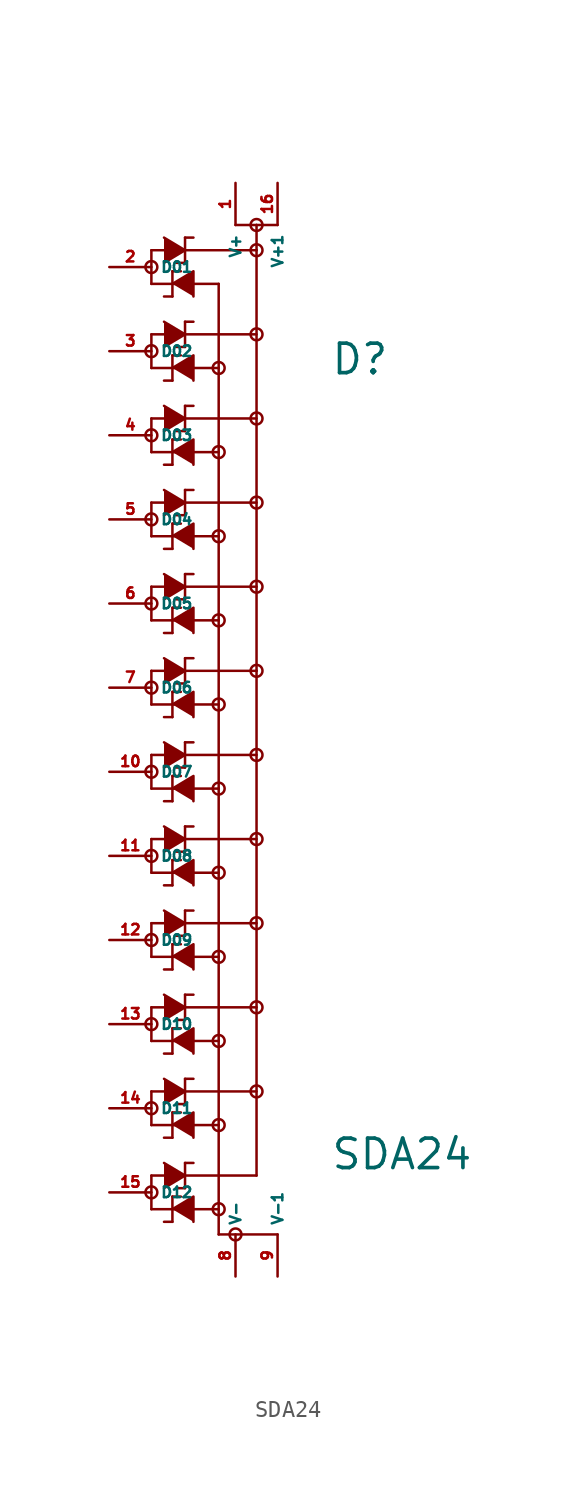
<source format=kicad_sym>
(kicad_symbol_lib
  (version 20220914)
  (generator Eagle2Kicad)
  (symbol "SDA24"
    (property "Reference" "D"
      (at 8.255 21.336 0)
      (effects (font (size 1.778 1.778) (thickness 0.22)) (justify left bottom)))
    (property "Value" "SDA24"
      (at 8.255 -26.67 0)
      (effects (font (size 1.778 1.778) (thickness 0.22)) (justify left bottom)))
    (polyline
      (pts (xy -1.778 29.718) (xy -0.508 28.956) (xy -1.778 28.194))
      (stroke (width 0.152) (type default))
      (fill (type outline)))
    (polyline
      (pts (xy -1.27 26.924) (xy 0 27.686) (xy 0 26.162))
      (stroke (width 0.152) (type default))
      (fill (type outline)))
    (polyline
      (pts (xy -1.778 24.638) (xy -0.508 23.876) (xy -1.778 23.114))
      (stroke (width 0.152) (type default))
      (fill (type outline)))
    (polyline
      (pts (xy -1.27 21.844) (xy 0 22.606) (xy 0 21.082))
      (stroke (width 0.152) (type default))
      (fill (type outline)))
    (polyline
      (pts (xy -1.778 19.558) (xy -0.508 18.796) (xy -1.778 18.034))
      (stroke (width 0.152) (type default))
      (fill (type outline)))
    (polyline
      (pts (xy -1.27 16.764) (xy 0 17.526) (xy 0 16.002))
      (stroke (width 0.152) (type default))
      (fill (type outline)))
    (polyline
      (pts (xy -1.778 14.478) (xy -0.508 13.716) (xy -1.778 12.954))
      (stroke (width 0.152) (type default))
      (fill (type outline)))
    (polyline
      (pts (xy -1.27 11.684) (xy 0 12.446) (xy 0 10.922))
      (stroke (width 0.152) (type default))
      (fill (type outline)))
    (polyline
      (pts (xy -1.778 9.398) (xy -0.508 8.636) (xy -1.778 7.874))
      (stroke (width 0.152) (type default))
      (fill (type outline)))
    (polyline
      (pts (xy -1.27 6.604) (xy 0 7.366) (xy 0 5.842))
      (stroke (width 0.152) (type default))
      (fill (type outline)))
    (polyline
      (pts (xy -1.778 4.318) (xy -0.508 3.556) (xy -1.778 2.794))
      (stroke (width 0.152) (type default))
      (fill (type outline)))
    (polyline
      (pts (xy -1.27 1.524) (xy 0 2.286) (xy 0 0.762))
      (stroke (width 0.152) (type default))
      (fill (type outline)))
    (polyline
      (pts (xy -1.778 -0.762) (xy -0.508 -1.524) (xy -1.778 -2.286))
      (stroke (width 0.152) (type default))
      (fill (type outline)))
    (polyline
      (pts (xy -1.27 -3.556) (xy 0 -2.794) (xy 0 -4.318))
      (stroke (width 0.152) (type default))
      (fill (type outline)))
    (polyline
      (pts (xy -1.778 -5.842) (xy -0.508 -6.604) (xy -1.778 -7.366))
      (stroke (width 0.152) (type default))
      (fill (type outline)))
    (polyline
      (pts (xy -1.27 -8.636) (xy 0 -7.874) (xy 0 -9.398))
      (stroke (width 0.152) (type default))
      (fill (type outline)))
    (polyline
      (pts (xy -1.778 -10.922) (xy -0.508 -11.684) (xy -1.778 -12.446))
      (stroke (width 0.152) (type default))
      (fill (type outline)))
    (polyline
      (pts (xy -1.27 -13.716) (xy 0 -12.954) (xy 0 -14.478))
      (stroke (width 0.152) (type default))
      (fill (type outline)))
    (polyline
      (pts (xy -1.778 -16.002) (xy -0.508 -16.764) (xy -1.778 -17.526))
      (stroke (width 0.152) (type default))
      (fill (type outline)))
    (polyline
      (pts (xy -1.27 -18.796) (xy 0 -18.034) (xy 0 -19.558))
      (stroke (width 0.152) (type default))
      (fill (type outline)))
    (polyline
      (pts (xy -1.778 -21.082) (xy -0.508 -21.844) (xy -1.778 -22.606))
      (stroke (width 0.152) (type default))
      (fill (type outline)))
    (polyline
      (pts (xy -1.27 -23.876) (xy 0 -23.114) (xy 0 -24.638))
      (stroke (width 0.152) (type default))
      (fill (type outline)))
    (polyline
      (pts (xy -1.778 -26.162) (xy -0.508 -26.924) (xy -1.778 -27.686))
      (stroke (width 0.152) (type default))
      (fill (type outline)))
    (polyline
      (pts (xy -1.27 -28.956) (xy 0 -28.194) (xy 0 -29.718))
      (stroke (width 0.152) (type default))
      (fill (type outline)))
    (polyline
      (pts (xy -0.508 29.718) (xy -0.508 28.194))
      (stroke (width 0.152) (type default))
      (fill (type none)))
    (polyline
      (pts (xy -2.54 26.924) (xy -2.54 28.956))
      (stroke (width 0.152) (type default))
      (fill (type none)))
    (polyline
      (pts (xy -2.54 28.956) (xy 3.81 28.956))
      (stroke (width 0.152) (type default))
      (fill (type none)))
    (polyline
      (pts (xy -0.508 29.718) (xy 0 29.718))
      (stroke (width 0.152) (type default))
      (fill (type none)))
    (polyline
      (pts (xy -0.508 28.194) (xy -1.016 28.194))
      (stroke (width 0.152) (type default))
      (fill (type none)))
    (polyline
      (pts (xy -1.27 26.162) (xy -1.27 27.686))
      (stroke (width 0.152) (type default))
      (fill (type none)))
    (polyline
      (pts (xy 1.524 26.924) (xy -2.54 26.924))
      (stroke (width 0.152) (type default))
      (fill (type none)))
    (polyline
      (pts (xy -1.27 26.162) (xy -1.778 26.162))
      (stroke (width 0.152) (type default))
      (fill (type none)))
    (polyline
      (pts (xy -1.27 27.686) (xy -0.762 27.686))
      (stroke (width 0.152) (type default))
      (fill (type none)))
    (polyline
      (pts (xy -0.508 24.638) (xy -0.508 23.114))
      (stroke (width 0.152) (type default))
      (fill (type none)))
    (polyline
      (pts (xy -2.54 21.844) (xy -2.54 23.876))
      (stroke (width 0.152) (type default))
      (fill (type none)))
    (polyline
      (pts (xy -2.54 23.876) (xy 3.81 23.876))
      (stroke (width 0.152) (type default))
      (fill (type none)))
    (polyline
      (pts (xy -0.508 24.638) (xy 0 24.638))
      (stroke (width 0.152) (type default))
      (fill (type none)))
    (polyline
      (pts (xy -0.508 23.114) (xy -1.016 23.114))
      (stroke (width 0.152) (type default))
      (fill (type none)))
    (polyline
      (pts (xy -1.27 21.082) (xy -1.27 22.606))
      (stroke (width 0.152) (type default))
      (fill (type none)))
    (polyline
      (pts (xy 1.524 21.844) (xy -2.54 21.844))
      (stroke (width 0.152) (type default))
      (fill (type none)))
    (polyline
      (pts (xy -1.27 21.082) (xy -1.778 21.082))
      (stroke (width 0.152) (type default))
      (fill (type none)))
    (polyline
      (pts (xy -1.27 22.606) (xy -0.762 22.606))
      (stroke (width 0.152) (type default))
      (fill (type none)))
    (polyline
      (pts (xy -0.508 19.558) (xy -0.508 18.034))
      (stroke (width 0.152) (type default))
      (fill (type none)))
    (polyline
      (pts (xy -2.54 16.764) (xy -2.54 18.796))
      (stroke (width 0.152) (type default))
      (fill (type none)))
    (polyline
      (pts (xy -2.54 18.796) (xy 3.81 18.796))
      (stroke (width 0.152) (type default))
      (fill (type none)))
    (polyline
      (pts (xy -0.508 19.558) (xy 0 19.558))
      (stroke (width 0.152) (type default))
      (fill (type none)))
    (polyline
      (pts (xy -0.508 18.034) (xy -1.016 18.034))
      (stroke (width 0.152) (type default))
      (fill (type none)))
    (polyline
      (pts (xy -1.27 16.002) (xy -1.27 17.526))
      (stroke (width 0.152) (type default))
      (fill (type none)))
    (polyline
      (pts (xy 1.524 16.764) (xy -2.54 16.764))
      (stroke (width 0.152) (type default))
      (fill (type none)))
    (polyline
      (pts (xy -1.27 16.002) (xy -1.778 16.002))
      (stroke (width 0.152) (type default))
      (fill (type none)))
    (polyline
      (pts (xy -1.27 17.526) (xy -0.762 17.526))
      (stroke (width 0.152) (type default))
      (fill (type none)))
    (polyline
      (pts (xy -0.508 14.478) (xy -0.508 12.954))
      (stroke (width 0.152) (type default))
      (fill (type none)))
    (polyline
      (pts (xy -2.54 11.684) (xy -2.54 13.716))
      (stroke (width 0.152) (type default))
      (fill (type none)))
    (polyline
      (pts (xy -2.54 13.716) (xy 3.81 13.716))
      (stroke (width 0.152) (type default))
      (fill (type none)))
    (polyline
      (pts (xy -0.508 14.478) (xy 0 14.478))
      (stroke (width 0.152) (type default))
      (fill (type none)))
    (polyline
      (pts (xy -0.508 12.954) (xy -1.016 12.954))
      (stroke (width 0.152) (type default))
      (fill (type none)))
    (polyline
      (pts (xy -1.27 10.922) (xy -1.27 12.446))
      (stroke (width 0.152) (type default))
      (fill (type none)))
    (polyline
      (pts (xy 1.524 11.684) (xy -2.54 11.684))
      (stroke (width 0.152) (type default))
      (fill (type none)))
    (polyline
      (pts (xy -1.27 10.922) (xy -1.778 10.922))
      (stroke (width 0.152) (type default))
      (fill (type none)))
    (polyline
      (pts (xy -1.27 12.446) (xy -0.762 12.446))
      (stroke (width 0.152) (type default))
      (fill (type none)))
    (polyline
      (pts (xy -0.508 9.398) (xy -0.508 7.874))
      (stroke (width 0.152) (type default))
      (fill (type none)))
    (polyline
      (pts (xy -2.54 6.604) (xy -2.54 8.636))
      (stroke (width 0.152) (type default))
      (fill (type none)))
    (polyline
      (pts (xy -2.54 8.636) (xy 3.81 8.636))
      (stroke (width 0.152) (type default))
      (fill (type none)))
    (polyline
      (pts (xy -0.508 9.398) (xy 0 9.398))
      (stroke (width 0.152) (type default))
      (fill (type none)))
    (polyline
      (pts (xy -0.508 7.874) (xy -1.016 7.874))
      (stroke (width 0.152) (type default))
      (fill (type none)))
    (polyline
      (pts (xy -1.27 5.842) (xy -1.27 7.366))
      (stroke (width 0.152) (type default))
      (fill (type none)))
    (polyline
      (pts (xy 1.524 6.604) (xy -2.54 6.604))
      (stroke (width 0.152) (type default))
      (fill (type none)))
    (polyline
      (pts (xy -1.27 5.842) (xy -1.778 5.842))
      (stroke (width 0.152) (type default))
      (fill (type none)))
    (polyline
      (pts (xy -1.27 7.366) (xy -0.762 7.366))
      (stroke (width 0.152) (type default))
      (fill (type none)))
    (polyline
      (pts (xy -0.508 4.318) (xy -0.508 2.794))
      (stroke (width 0.152) (type default))
      (fill (type none)))
    (polyline
      (pts (xy -2.54 1.524) (xy -2.54 3.556))
      (stroke (width 0.152) (type default))
      (fill (type none)))
    (polyline
      (pts (xy -2.54 3.556) (xy 3.81 3.556))
      (stroke (width 0.152) (type default))
      (fill (type none)))
    (polyline
      (pts (xy -0.508 4.318) (xy 0 4.318))
      (stroke (width 0.152) (type default))
      (fill (type none)))
    (polyline
      (pts (xy -0.508 2.794) (xy -1.016 2.794))
      (stroke (width 0.152) (type default))
      (fill (type none)))
    (polyline
      (pts (xy -1.27 0.762) (xy -1.27 2.286))
      (stroke (width 0.152) (type default))
      (fill (type none)))
    (polyline
      (pts (xy 1.524 1.524) (xy -2.54 1.524))
      (stroke (width 0.152) (type default))
      (fill (type none)))
    (polyline
      (pts (xy -1.27 0.762) (xy -1.778 0.762))
      (stroke (width 0.152) (type default))
      (fill (type none)))
    (polyline
      (pts (xy -1.27 2.286) (xy -0.762 2.286))
      (stroke (width 0.152) (type default))
      (fill (type none)))
    (polyline
      (pts (xy 2.54 30.48) (xy 3.81 30.48))
      (stroke (width 0.152) (type default))
      (fill (type none)))
    (polyline
      (pts (xy 3.81 30.48) (xy 3.81 28.956))
      (stroke (width 0.152) (type default))
      (fill (type none)))
    (polyline
      (pts (xy 3.81 28.956) (xy 3.81 3.556))
      (stroke (width 0.152) (type default))
      (fill (type none)))
    (polyline
      (pts (xy 1.524 -3.556) (xy 1.524 26.924))
      (stroke (width 0.152) (type default))
      (fill (type none)))
    (polyline
      (pts (xy -0.508 -0.762) (xy -0.508 -2.286))
      (stroke (width 0.152) (type default))
      (fill (type none)))
    (polyline
      (pts (xy -2.54 -3.556) (xy -2.54 -1.524))
      (stroke (width 0.152) (type default))
      (fill (type none)))
    (polyline
      (pts (xy -2.54 -1.524) (xy 3.81 -1.524))
      (stroke (width 0.152) (type default))
      (fill (type none)))
    (polyline
      (pts (xy -0.508 -0.762) (xy 0 -0.762))
      (stroke (width 0.152) (type default))
      (fill (type none)))
    (polyline
      (pts (xy -0.508 -2.286) (xy -1.016 -2.286))
      (stroke (width 0.152) (type default))
      (fill (type none)))
    (polyline
      (pts (xy -1.27 -4.318) (xy -1.27 -2.794))
      (stroke (width 0.152) (type default))
      (fill (type none)))
    (polyline
      (pts (xy 1.524 -3.556) (xy -2.54 -3.556))
      (stroke (width 0.152) (type default))
      (fill (type none)))
    (polyline
      (pts (xy -1.27 -4.318) (xy -1.778 -4.318))
      (stroke (width 0.152) (type default))
      (fill (type none)))
    (polyline
      (pts (xy -1.27 -2.794) (xy -0.762 -2.794))
      (stroke (width 0.152) (type default))
      (fill (type none)))
    (polyline
      (pts (xy -0.508 -5.842) (xy -0.508 -7.366))
      (stroke (width 0.152) (type default))
      (fill (type none)))
    (polyline
      (pts (xy -2.54 -8.636) (xy -2.54 -6.604))
      (stroke (width 0.152) (type default))
      (fill (type none)))
    (polyline
      (pts (xy -2.54 -6.604) (xy 3.81 -6.604))
      (stroke (width 0.152) (type default))
      (fill (type none)))
    (polyline
      (pts (xy -0.508 -5.842) (xy 0 -5.842))
      (stroke (width 0.152) (type default))
      (fill (type none)))
    (polyline
      (pts (xy -0.508 -7.366) (xy -1.016 -7.366))
      (stroke (width 0.152) (type default))
      (fill (type none)))
    (polyline
      (pts (xy -1.27 -9.398) (xy -1.27 -7.874))
      (stroke (width 0.152) (type default))
      (fill (type none)))
    (polyline
      (pts (xy 1.524 -8.636) (xy -2.54 -8.636))
      (stroke (width 0.152) (type default))
      (fill (type none)))
    (polyline
      (pts (xy -1.27 -9.398) (xy -1.778 -9.398))
      (stroke (width 0.152) (type default))
      (fill (type none)))
    (polyline
      (pts (xy -1.27 -7.874) (xy -0.762 -7.874))
      (stroke (width 0.152) (type default))
      (fill (type none)))
    (polyline
      (pts (xy -0.508 -10.922) (xy -0.508 -12.446))
      (stroke (width 0.152) (type default))
      (fill (type none)))
    (polyline
      (pts (xy -2.54 -13.716) (xy -2.54 -11.684))
      (stroke (width 0.152) (type default))
      (fill (type none)))
    (polyline
      (pts (xy -2.54 -11.684) (xy 3.81 -11.684))
      (stroke (width 0.152) (type default))
      (fill (type none)))
    (polyline
      (pts (xy -0.508 -10.922) (xy 0 -10.922))
      (stroke (width 0.152) (type default))
      (fill (type none)))
    (polyline
      (pts (xy -0.508 -12.446) (xy -1.016 -12.446))
      (stroke (width 0.152) (type default))
      (fill (type none)))
    (polyline
      (pts (xy -1.27 -14.478) (xy -1.27 -12.954))
      (stroke (width 0.152) (type default))
      (fill (type none)))
    (polyline
      (pts (xy 1.524 -13.716) (xy -2.54 -13.716))
      (stroke (width 0.152) (type default))
      (fill (type none)))
    (polyline
      (pts (xy -1.27 -14.478) (xy -1.778 -14.478))
      (stroke (width 0.152) (type default))
      (fill (type none)))
    (polyline
      (pts (xy -1.27 -12.954) (xy -0.762 -12.954))
      (stroke (width 0.152) (type default))
      (fill (type none)))
    (polyline
      (pts (xy -0.508 -16.002) (xy -0.508 -17.526))
      (stroke (width 0.152) (type default))
      (fill (type none)))
    (polyline
      (pts (xy -2.54 -18.796) (xy -2.54 -16.764))
      (stroke (width 0.152) (type default))
      (fill (type none)))
    (polyline
      (pts (xy -2.54 -16.764) (xy 3.81 -16.764))
      (stroke (width 0.152) (type default))
      (fill (type none)))
    (polyline
      (pts (xy -0.508 -16.002) (xy 0 -16.002))
      (stroke (width 0.152) (type default))
      (fill (type none)))
    (polyline
      (pts (xy -0.508 -17.526) (xy -1.016 -17.526))
      (stroke (width 0.152) (type default))
      (fill (type none)))
    (polyline
      (pts (xy -1.27 -19.558) (xy -1.27 -18.034))
      (stroke (width 0.152) (type default))
      (fill (type none)))
    (polyline
      (pts (xy 1.524 -18.796) (xy -2.54 -18.796))
      (stroke (width 0.152) (type default))
      (fill (type none)))
    (polyline
      (pts (xy -1.27 -19.558) (xy -1.778 -19.558))
      (stroke (width 0.152) (type default))
      (fill (type none)))
    (polyline
      (pts (xy -1.27 -18.034) (xy -0.762 -18.034))
      (stroke (width 0.152) (type default))
      (fill (type none)))
    (polyline
      (pts (xy -0.508 -21.082) (xy -0.508 -22.606))
      (stroke (width 0.152) (type default))
      (fill (type none)))
    (polyline
      (pts (xy -2.54 -23.876) (xy -2.54 -21.844))
      (stroke (width 0.152) (type default))
      (fill (type none)))
    (polyline
      (pts (xy -2.54 -21.844) (xy 3.81 -21.844))
      (stroke (width 0.152) (type default))
      (fill (type none)))
    (polyline
      (pts (xy -0.508 -21.082) (xy 0 -21.082))
      (stroke (width 0.152) (type default))
      (fill (type none)))
    (polyline
      (pts (xy -0.508 -22.606) (xy -1.016 -22.606))
      (stroke (width 0.152) (type default))
      (fill (type none)))
    (polyline
      (pts (xy -1.27 -24.638) (xy -1.27 -23.114))
      (stroke (width 0.152) (type default))
      (fill (type none)))
    (polyline
      (pts (xy 1.524 -23.876) (xy -2.54 -23.876))
      (stroke (width 0.152) (type default))
      (fill (type none)))
    (polyline
      (pts (xy -1.27 -24.638) (xy -1.778 -24.638))
      (stroke (width 0.152) (type default))
      (fill (type none)))
    (polyline
      (pts (xy -1.27 -23.114) (xy -0.762 -23.114))
      (stroke (width 0.152) (type default))
      (fill (type none)))
    (polyline
      (pts (xy -0.508 -26.162) (xy -0.508 -27.686))
      (stroke (width 0.152) (type default))
      (fill (type none)))
    (polyline
      (pts (xy -2.54 -28.956) (xy -2.54 -26.924))
      (stroke (width 0.152) (type default))
      (fill (type none)))
    (polyline
      (pts (xy -2.54 -26.924) (xy 3.81 -26.924))
      (stroke (width 0.152) (type default))
      (fill (type none)))
    (polyline
      (pts (xy -0.508 -26.162) (xy 0 -26.162))
      (stroke (width 0.152) (type default))
      (fill (type none)))
    (polyline
      (pts (xy -0.508 -27.686) (xy -1.016 -27.686))
      (stroke (width 0.152) (type default))
      (fill (type none)))
    (polyline
      (pts (xy -1.27 -29.718) (xy -1.27 -28.194))
      (stroke (width 0.152) (type default))
      (fill (type none)))
    (polyline
      (pts (xy 1.524 -28.956) (xy -2.54 -28.956))
      (stroke (width 0.152) (type default))
      (fill (type none)))
    (polyline
      (pts (xy -1.27 -29.718) (xy -1.778 -29.718))
      (stroke (width 0.152) (type default))
      (fill (type none)))
    (polyline
      (pts (xy -1.27 -28.194) (xy -0.762 -28.194))
      (stroke (width 0.152) (type default))
      (fill (type none)))
    (polyline
      (pts (xy 3.81 3.556) (xy 3.81 -26.924))
      (stroke (width 0.152) (type default))
      (fill (type none)))
    (polyline
      (pts (xy 1.524 -30.48) (xy 1.524 -3.556))
      (stroke (width 0.152) (type default))
      (fill (type none)))
    (polyline
      (pts (xy 3.81 30.48) (xy 5.08 30.48))
      (stroke (width 0.152) (type default))
      (fill (type none)))
    (polyline
      (pts (xy 1.524 -30.48) (xy 5.08 -30.48))
      (stroke (width 0.152) (type default))
      (fill (type none)))
    (circle
      (center -2.54 27.94)
      (radius 0.359)
      (stroke (width 0) (type default))
      (fill (type none)))
    (circle
      (center -2.54 22.86)
      (radius 0.359)
      (stroke (width 0) (type default))
      (fill (type none)))
    (circle
      (center -2.54 17.78)
      (radius 0.359)
      (stroke (width 0) (type default))
      (fill (type none)))
    (circle
      (center -2.54 12.7)
      (radius 0.359)
      (stroke (width 0) (type default))
      (fill (type none)))
    (circle
      (center -2.54 7.62)
      (radius 0.359)
      (stroke (width 0) (type default))
      (fill (type none)))
    (circle
      (center -2.54 2.54)
      (radius 0.359)
      (stroke (width 0) (type default))
      (fill (type none)))
    (circle
      (center 3.81 28.956)
      (radius 0.359)
      (stroke (width 0) (type default))
      (fill (type none)))
    (circle
      (center 3.81 23.876)
      (radius 0.359)
      (stroke (width 0) (type default))
      (fill (type none)))
    (circle
      (center 1.524 21.844)
      (radius 0.359)
      (stroke (width 0) (type default))
      (fill (type none)))
    (circle
      (center 3.81 18.796)
      (radius 0.359)
      (stroke (width 0) (type default))
      (fill (type none)))
    (circle
      (center 1.524 16.764)
      (radius 0.359)
      (stroke (width 0) (type default))
      (fill (type none)))
    (circle
      (center 3.81 13.716)
      (radius 0.359)
      (stroke (width 0) (type default))
      (fill (type none)))
    (circle
      (center 1.524 11.684)
      (radius 0.359)
      (stroke (width 0) (type default))
      (fill (type none)))
    (circle
      (center 3.81 8.636)
      (radius 0.359)
      (stroke (width 0) (type default))
      (fill (type none)))
    (circle
      (center 1.524 6.604)
      (radius 0.359)
      (stroke (width 0) (type default))
      (fill (type none)))
    (circle
      (center 1.524 1.524)
      (radius 0.359)
      (stroke (width 0) (type default))
      (fill (type none)))
    (circle
      (center -2.54 -2.54)
      (radius 0.359)
      (stroke (width 0) (type default))
      (fill (type none)))
    (circle
      (center -2.54 -7.62)
      (radius 0.359)
      (stroke (width 0) (type default))
      (fill (type none)))
    (circle
      (center -2.54 -12.7)
      (radius 0.359)
      (stroke (width 0) (type default))
      (fill (type none)))
    (circle
      (center -2.54 -17.78)
      (radius 0.359)
      (stroke (width 0) (type default))
      (fill (type none)))
    (circle
      (center -2.54 -22.86)
      (radius 0.359)
      (stroke (width 0) (type default))
      (fill (type none)))
    (circle
      (center -2.54 -27.94)
      (radius 0.359)
      (stroke (width 0) (type default))
      (fill (type none)))
    (circle
      (center 3.81 -1.524)
      (radius 0.359)
      (stroke (width 0) (type default))
      (fill (type none)))
    (circle
      (center 3.81 -6.604)
      (radius 0.359)
      (stroke (width 0) (type default))
      (fill (type none)))
    (circle
      (center 1.524 -8.636)
      (radius 0.359)
      (stroke (width 0) (type default))
      (fill (type none)))
    (circle
      (center 3.81 -11.684)
      (radius 0.359)
      (stroke (width 0) (type default))
      (fill (type none)))
    (circle
      (center 1.524 -13.716)
      (radius 0.359)
      (stroke (width 0) (type default))
      (fill (type none)))
    (circle
      (center 3.81 -16.764)
      (radius 0.359)
      (stroke (width 0) (type default))
      (fill (type none)))
    (circle
      (center 1.524 -18.796)
      (radius 0.359)
      (stroke (width 0) (type default))
      (fill (type none)))
    (circle
      (center 3.81 -21.844)
      (radius 0.359)
      (stroke (width 0) (type default))
      (fill (type none)))
    (circle
      (center 1.524 -23.876)
      (radius 0.359)
      (stroke (width 0) (type default))
      (fill (type none)))
    (circle
      (center 1.524 -28.956)
      (radius 0.359)
      (stroke (width 0) (type default))
      (fill (type none)))
    (circle
      (center 3.81 3.556)
      (radius 0.359)
      (stroke (width 0) (type default))
      (fill (type none)))
    (circle
      (center 1.524 -3.556)
      (radius 0.359)
      (stroke (width 0) (type default))
      (fill (type none)))
    (circle
      (center 3.81 30.48)
      (radius 0.359)
      (stroke (width 0) (type default))
      (fill (type none)))
    (circle
      (center 2.54 -30.48)
      (radius 0.359)
      (stroke (width 0) (type default))
      (fill (type none)))
    (pin passive line
      (at 2.54 33.02 270)
      (length 2.54)
      (name "V+" (effects (font (size 0.635 0.635) (thickness 0.08)) (justify left bottom)))
      (number "1" (effects (font (size 0.635 0.635) (thickness 0.08)) (justify left bottom))))
    (pin passive line
      (at 2.54 -33.02 90)
      (length 2.54)
      (name "V-" (effects (font (size 0.635 0.635) (thickness 0.08)) (justify left bottom)))
      (number "8" (effects (font (size 0.635 0.635) (thickness 0.08)) (justify left bottom))))
    (pin passive line
      (at -5.08 27.94 0)
      (length 2.54)
      (name "D01" (effects (font (size 0.635 0.635) (thickness 0.08)) (justify left bottom)))
      (number "2" (effects (font (size 0.635 0.635) (thickness 0.08)) (justify left bottom))))
    (pin passive line
      (at -5.08 22.86 0)
      (length 2.54)
      (name "D02" (effects (font (size 0.635 0.635) (thickness 0.08)) (justify left bottom)))
      (number "3" (effects (font (size 0.635 0.635) (thickness 0.08)) (justify left bottom))))
    (pin passive line
      (at -5.08 17.78 0)
      (length 2.54)
      (name "D03" (effects (font (size 0.635 0.635) (thickness 0.08)) (justify left bottom)))
      (number "4" (effects (font (size 0.635 0.635) (thickness 0.08)) (justify left bottom))))
    (pin passive line
      (at -5.08 12.7 0)
      (length 2.54)
      (name "D04" (effects (font (size 0.635 0.635) (thickness 0.08)) (justify left bottom)))
      (number "5" (effects (font (size 0.635 0.635) (thickness 0.08)) (justify left bottom))))
    (pin passive line
      (at -5.08 7.62 0)
      (length 2.54)
      (name "D05" (effects (font (size 0.635 0.635) (thickness 0.08)) (justify left bottom)))
      (number "6" (effects (font (size 0.635 0.635) (thickness 0.08)) (justify left bottom))))
    (pin passive line
      (at -5.08 2.54 0)
      (length 2.54)
      (name "D06" (effects (font (size 0.635 0.635) (thickness 0.08)) (justify left bottom)))
      (number "7" (effects (font (size 0.635 0.635) (thickness 0.08)) (justify left bottom))))
    (pin passive line
      (at -5.08 -2.54 0)
      (length 2.54)
      (name "D07" (effects (font (size 0.635 0.635) (thickness 0.08)) (justify left bottom)))
      (number "10" (effects (font (size 0.635 0.635) (thickness 0.08)) (justify left bottom))))
    (pin passive line
      (at -5.08 -7.62 0)
      (length 2.54)
      (name "D08" (effects (font (size 0.635 0.635) (thickness 0.08)) (justify left bottom)))
      (number "11" (effects (font (size 0.635 0.635) (thickness 0.08)) (justify left bottom))))
    (pin passive line
      (at -5.08 -12.7 0)
      (length 2.54)
      (name "D09" (effects (font (size 0.635 0.635) (thickness 0.08)) (justify left bottom)))
      (number "12" (effects (font (size 0.635 0.635) (thickness 0.08)) (justify left bottom))))
    (pin passive line
      (at -5.08 -17.78 0)
      (length 2.54)
      (name "D10" (effects (font (size 0.635 0.635) (thickness 0.08)) (justify left bottom)))
      (number "13" (effects (font (size 0.635 0.635) (thickness 0.08)) (justify left bottom))))
    (pin passive line
      (at -5.08 -22.86 0)
      (length 2.54)
      (name "D11" (effects (font (size 0.635 0.635) (thickness 0.08)) (justify left bottom)))
      (number "14" (effects (font (size 0.635 0.635) (thickness 0.08)) (justify left bottom))))
    (pin passive line
      (at -5.08 -27.94 0)
      (length 2.54)
      (name "D12" (effects (font (size 0.635 0.635) (thickness 0.08)) (justify left bottom)))
      (number "15" (effects (font (size 0.635 0.635) (thickness 0.08)) (justify left bottom))))
    (pin passive line
      (at 5.08 33.02 270)
      (length 2.54)
      (name "V+1" (effects (font (size 0.635 0.635) (thickness 0.08)) (justify left bottom)))
      (number "16" (effects (font (size 0.635 0.635) (thickness 0.08)) (justify left bottom))))
    (pin passive line
      (at 5.08 -33.02 90)
      (length 2.54)
      (name "V-1" (effects (font (size 0.635 0.635) (thickness 0.08)) (justify left bottom)))
      (number "9" (effects (font (size 0.635 0.635) (thickness 0.08)) (justify left bottom))))))
</source>
